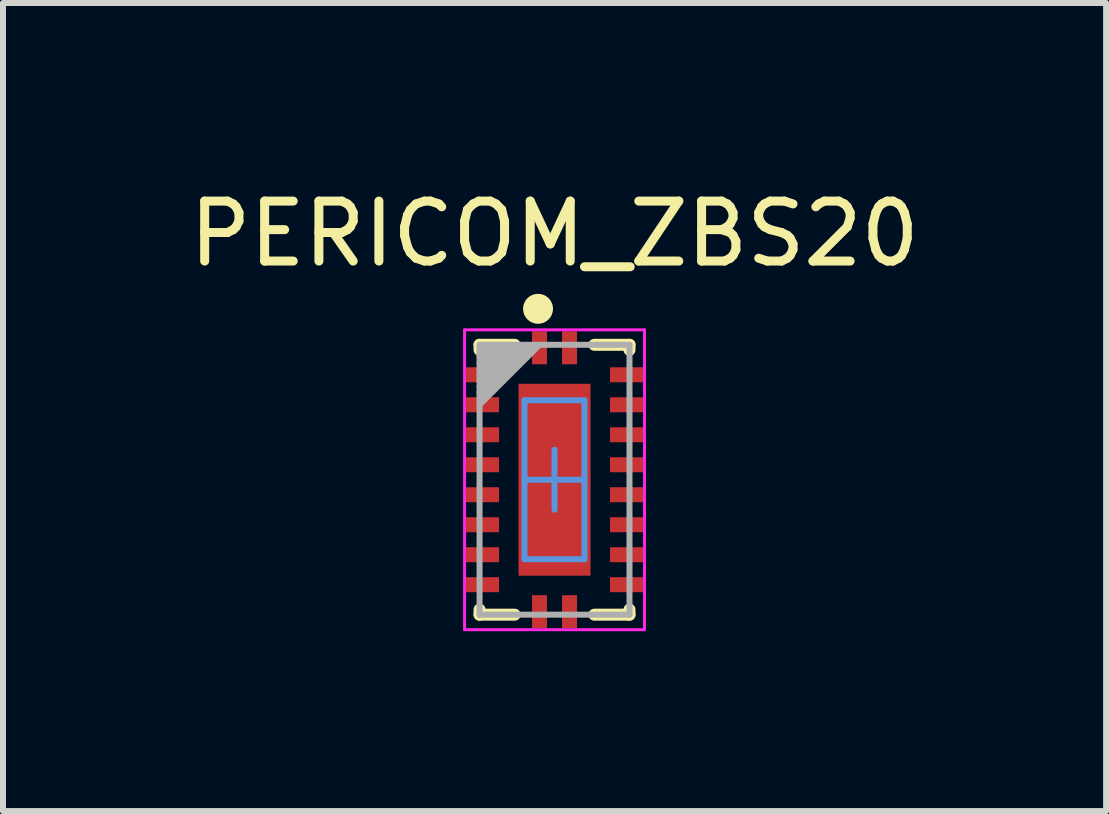
<source format=kicad_pcb>
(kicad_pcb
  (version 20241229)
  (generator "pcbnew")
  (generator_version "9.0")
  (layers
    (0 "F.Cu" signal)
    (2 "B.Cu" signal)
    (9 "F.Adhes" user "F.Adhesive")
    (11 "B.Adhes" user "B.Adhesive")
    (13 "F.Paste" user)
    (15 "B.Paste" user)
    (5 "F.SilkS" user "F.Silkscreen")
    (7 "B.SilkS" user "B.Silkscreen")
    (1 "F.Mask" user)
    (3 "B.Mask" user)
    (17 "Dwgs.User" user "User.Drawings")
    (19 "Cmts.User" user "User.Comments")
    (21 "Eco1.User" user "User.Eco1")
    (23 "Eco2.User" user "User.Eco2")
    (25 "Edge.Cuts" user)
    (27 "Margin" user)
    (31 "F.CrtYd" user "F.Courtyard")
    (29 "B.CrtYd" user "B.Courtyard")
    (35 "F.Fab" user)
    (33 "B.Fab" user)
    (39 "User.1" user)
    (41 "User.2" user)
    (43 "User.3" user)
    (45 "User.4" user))
  (footprint "PERICOM_ZBS20"
    (layer "F.Cu")
    (at 6.196 4.949)
    (property "Reference" "PERICOM_ZBS20" (at 0 -4.101 0) (layer "F.SilkS") (effects (font (size 1 1) (thickness 0.15))))
    (attr smd)
    (fp_line (start -1.25 -2.25) (end -0.665 -2.25) (stroke (width 0.2) (type solid)) (layer "F.SilkS"))
    (fp_line (start -1.25 -2.165) (end -1.25 -2.25) (stroke (width 0.2) (type solid)) (layer "F.SilkS"))
    (fp_line (start -1.25 2.25) (end -1.25 2.165) (stroke (width 0.2) (type solid)) (layer "F.SilkS"))
    (fp_line (start -1.25 2.25) (end -0.665 2.25) (stroke (width 0.2) (type solid)) (layer "F.SilkS"))
    (fp_line (start 0.665 -2.25) (end 1.25 -2.25) (stroke (width 0.2) (type solid)) (layer "F.SilkS"))
    (fp_line (start 0.665 2.25) (end 1.25 2.25) (stroke (width 0.2) (type solid)) (layer "F.SilkS"))
    (fp_line (start 1.25 -2.165) (end 1.25 -2.25) (stroke (width 0.2) (type solid)) (layer "F.SilkS"))
    (fp_line (start 1.25 2.25) (end 1.25 2.165) (stroke (width 0.2) (type solid)) (layer "F.SilkS"))
    (fp_circle (center -0.275 -2.85) (end -0.15 -2.85) (stroke (width 0.25) (type solid)) (fill no) (layer "F.SilkS"))
    (fp_line (start -0.5 -1.325) (end 0.5 -1.325) (stroke (width 0.1) (type solid)) (layer "Cmts.User"))
    (fp_line (start -0.5 0) (end 0 0) (stroke (width 0.1) (type solid)) (layer "Cmts.User"))
    (fp_line (start -0.5 1.325) (end -0.5 -1.325) (stroke (width 0.1) (type solid)) (layer "Cmts.User"))
    (fp_line (start -0.5 1.325) (end 0.5 1.325) (stroke (width 0.1) (type solid)) (layer "Cmts.User"))
    (fp_line (start 0 0) (end 0 -0.5) (stroke (width 0.1) (type solid)) (layer "Cmts.User"))
    (fp_line (start 0 0) (end 0.5 0) (stroke (width 0.1) (type solid)) (layer "Cmts.User"))
    (fp_line (start 0 0.5) (end 0 0) (stroke (width 0.1) (type solid)) (layer "Cmts.User"))
    (fp_line (start 0.5 1.325) (end 0.5 -1.325) (stroke (width 0.1) (type solid)) (layer "Cmts.User"))
    (fp_line (start -1.5 -2.5) (end 1.5 -2.5) (stroke (width 0.05) (type solid)) (layer "F.CrtYd"))
    (fp_line (start -1.5 2.5) (end -1.5 -2.5) (stroke (width 0.05) (type solid)) (layer "F.CrtYd"))
    (fp_line (start -1.5 2.5) (end 1.5 2.5) (stroke (width 0.05) (type solid)) (layer "F.CrtYd"))
    (fp_line (start 1.5 2.5) (end 1.5 -2.5) (stroke (width 0.05) (type solid)) (layer "F.CrtYd"))
    (fp_line (start -1.25 -2.25) (end 1.25 -2.25) (stroke (width 0.1) (type solid)) (layer "F.Fab"))
    (fp_line (start -1.25 -2.15) (end -1.15 -2.25) (stroke (width 0.1) (type solid)) (layer "F.Fab"))
    (fp_line (start -1.25 -2.05) (end -1.05 -2.25) (stroke (width 0.1) (type solid)) (layer "F.Fab"))
    (fp_line (start -1.25 -1.95) (end -0.95 -2.25) (stroke (width 0.1) (type solid)) (layer "F.Fab"))
    (fp_line (start -1.25 -1.85) (end -0.85 -2.25) (stroke (width 0.1) (type solid)) (layer "F.Fab"))
    (fp_line (start -1.25 -1.75) (end -0.75 -2.25) (stroke (width 0.1) (type solid)) (layer "F.Fab"))
    (fp_line (start -1.25 -1.65) (end -0.65 -2.25) (stroke (width 0.1) (type solid)) (layer "F.Fab"))
    (fp_line (start -1.25 -1.55) (end -0.55 -2.25) (stroke (width 0.1) (type solid)) (layer "F.Fab"))
    (fp_line (start -1.25 -1.45) (end -0.45 -2.25) (stroke (width 0.1) (type solid)) (layer "F.Fab"))
    (fp_line (start -1.25 -1.35) (end -0.35 -2.25) (stroke (width 0.1) (type solid)) (layer "F.Fab"))
    (fp_line (start -1.25 -1.25) (end -0.25 -2.25) (stroke (width 0.1) (type solid)) (layer "F.Fab"))
    (fp_line (start -1.25 2.25) (end -1.25 -2.25) (stroke (width 0.1) (type solid)) (layer "F.Fab"))
    (fp_line (start -1.25 2.25) (end 1.25 2.25) (stroke (width 0.1) (type solid)) (layer "F.Fab"))
    (fp_line (start 1.25 2.25) (end 1.25 -2.25) (stroke (width 0.1) (type solid)) (layer "F.Fab"))
    (pad "1" smd rect (at -0.25 -2.2) (size 0.25 0.55) (layers "F.Cu" "F.Mask" "F.Paste"))
    (pad "2" smd rect (at -1.2 -1.75) (size 0.55 0.25) (layers "F.Cu" "F.Mask" "F.Paste"))
    (pad "3" smd rect (at -1.2 -1.25) (size 0.55 0.25) (layers "F.Cu" "F.Mask" "F.Paste"))
    (pad "4" smd rect (at -1.2 -0.75) (size 0.55 0.25) (layers "F.Cu" "F.Mask" "F.Paste"))
    (pad "5" smd rect (at -1.2 -0.25) (size 0.55 0.25) (layers "F.Cu" "F.Mask" "F.Paste"))
    (pad "6" smd rect (at -1.2 0.25) (size 0.55 0.25) (layers "F.Cu" "F.Mask" "F.Paste"))
    (pad "7" smd rect (at -1.2 0.75) (size 0.55 0.25) (layers "F.Cu" "F.Mask" "F.Paste"))
    (pad "8" smd rect (at -1.2 1.25) (size 0.55 0.25) (layers "F.Cu" "F.Mask" "F.Paste"))
    (pad "9" smd rect (at -1.2 1.75) (size 0.55 0.25) (layers "F.Cu" "F.Mask" "F.Paste"))
    (pad "10" smd rect (at -0.25 2.2 90) (size 0.55 0.25) (layers "F.Cu" "F.Mask" "F.Paste"))
    (pad "11" smd rect (at 0.25 2.2 90) (size 0.55 0.25) (layers "F.Cu" "F.Mask" "F.Paste"))
    (pad "12" smd rect (at 1.2 1.75 180) (size 0.55 0.25) (layers "F.Cu" "F.Mask" "F.Paste"))
    (pad "13" smd rect (at 1.2 1.25 180) (size 0.55 0.25) (layers "F.Cu" "F.Mask" "F.Paste"))
    (pad "14" smd rect (at 1.2 0.75 180) (size 0.55 0.25) (layers "F.Cu" "F.Mask" "F.Paste"))
    (pad "15" smd rect (at 1.2 0.25 180) (size 0.55 0.25) (layers "F.Cu" "F.Mask" "F.Paste"))
    (pad "16" smd rect (at 1.2 -0.25 180) (size 0.55 0.25) (layers "F.Cu" "F.Mask" "F.Paste"))
    (pad "17" smd rect (at 1.2 -0.75 180) (size 0.55 0.25) (layers "F.Cu" "F.Mask" "F.Paste"))
    (pad "18" smd rect (at 1.2 -1.25 180) (size 0.55 0.25) (layers "F.Cu" "F.Mask" "F.Paste"))
    (pad "19" smd rect (at 1.2 -1.75 180) (size 0.55 0.25) (layers "F.Cu" "F.Mask" "F.Paste"))
    (pad "20" smd rect (at 0.25 -2.2 180) (size 0.25 0.55) (layers "F.Cu" "F.Mask" "F.Paste"))
    (pad "21" smd rect (at 0 0) (size 1.2 3.2) (layers "F.Cu" "F.Mask" "F.Paste")))
  (gr_rect
    (start -3 -3)
    (end 15.393 10.474)
    (stroke (width 0.1) (type default))
    (fill no)
    (layer "Edge.Cuts")))
</source>
